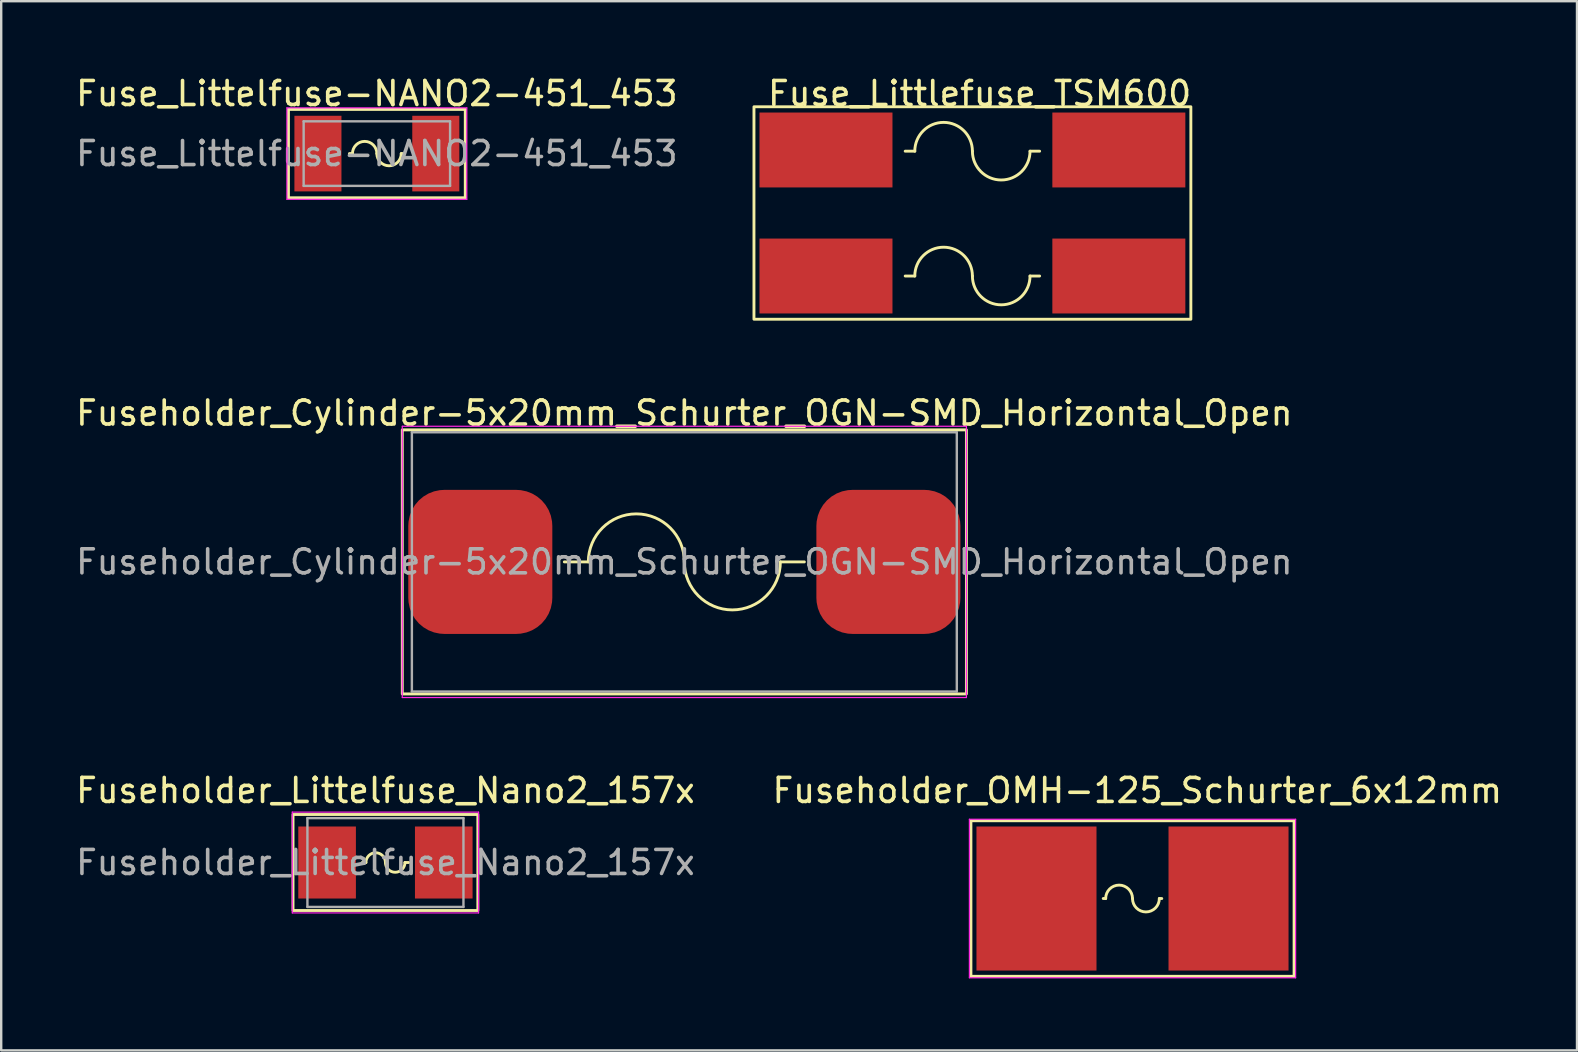
<source format=kicad_pcb>
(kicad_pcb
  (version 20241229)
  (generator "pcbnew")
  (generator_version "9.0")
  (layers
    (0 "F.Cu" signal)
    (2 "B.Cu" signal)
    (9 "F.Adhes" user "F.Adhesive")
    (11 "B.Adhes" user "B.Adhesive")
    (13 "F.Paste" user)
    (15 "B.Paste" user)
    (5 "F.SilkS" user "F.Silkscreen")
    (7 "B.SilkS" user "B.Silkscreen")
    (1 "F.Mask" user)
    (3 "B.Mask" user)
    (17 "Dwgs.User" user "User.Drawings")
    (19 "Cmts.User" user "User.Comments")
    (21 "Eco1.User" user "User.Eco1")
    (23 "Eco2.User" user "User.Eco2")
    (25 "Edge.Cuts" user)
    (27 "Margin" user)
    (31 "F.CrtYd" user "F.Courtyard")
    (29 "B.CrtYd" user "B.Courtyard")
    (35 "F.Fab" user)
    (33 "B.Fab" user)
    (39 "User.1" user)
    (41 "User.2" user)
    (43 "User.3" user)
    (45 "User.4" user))
  (footprint "Fuseholder_Cylinder-5x20mm_Schurter_OGN-SMD_Horizontal_Open"
    (layer "F.Cu")
    (at 25.458 20.357)
    (property "Reference" "Fuseholder_Cylinder-5x20mm_Schurter_OGN-SMD_Horizontal_Open" (at 0 -6.2 0) (layer "F.SilkS") (effects (font (size 1 1) (thickness 0.15))))
    (attr smd)
    (fp_line (start -5 0) (end -4 0) (stroke (width 0.12) (type solid)) (layer "F.SilkS"))
    (fp_line (start 5 0) (end 4 0) (stroke (width 0.12) (type solid)) (layer "F.SilkS"))
    (fp_rect (start -11.75 -5.5) (end 11.75 5.5) (stroke (width 0.12) (type solid)) (fill no) (layer "F.SilkS"))
    (fp_arc (start -4 0) (mid -2 -2) (end 0 0) (stroke (width 0.12) (type solid)) (layer "F.SilkS"))
    (fp_arc (start 4 0) (mid 2 2) (end 0 0) (stroke (width 0.12) (type solid)) (layer "F.SilkS"))
    (fp_line (start -11.75 -5.65) (end 11.75 -5.65) (stroke (width 0.05) (type solid)) (layer "F.CrtYd"))
    (fp_line (start -11.75 5.65) (end -11.75 -5.65) (stroke (width 0.05) (type solid)) (layer "F.CrtYd"))
    (fp_line (start 11.75 5.65) (end -11.75 5.65) (stroke (width 0.05) (type solid)) (layer "F.CrtYd"))
    (fp_line (start 11.75 5.65) (end 11.75 -5.65) (stroke (width 0.05) (type solid)) (layer "F.CrtYd"))
    (fp_line (start -11.35 -5.4) (end -11.35 5.4) (stroke (width 0.1) (type solid)) (layer "F.Fab"))
    (fp_line (start -11.35 -5.4) (end 11.35 -5.4) (stroke (width 0.1) (type solid)) (layer "F.Fab"))
    (fp_line (start 11.35 -5.4) (end 11.35 5.4) (stroke (width 0.1) (type solid)) (layer "F.Fab"))
    (fp_line (start 11.35 5.4) (end -11.35 5.4) (stroke (width 0.1) (type solid)) (layer "F.Fab"))
    (fp_text user "${REFERENCE}" (at 0 0 0) (layer "F.Fab") (effects (font (size 1 1) (thickness 0.15))))
    (pad "1" smd roundrect (at -8.5 0) (size 6 6) (layers "F.Cu" "F.Mask" "F.Paste") (roundrect_rratio 0.25))
    (pad "2" smd roundrect (at 8.5 0) (size 6 6) (layers "F.Cu" "F.Mask" "F.Paste") (roundrect_rratio 0.25)))
  (footprint "Fuseholder_OMH-125_Schurter_6x12mm"
    (layer "F.Cu")
    (at 44.127 34.38)
    (property "Reference" "Fuseholder_OMH-125_Schurter_6x12mm" (at 0.2 -4.5 0) (layer "F.SilkS") (effects (font (size 1 1) (thickness 0.15))))
    (fp_line (start -6.731 -3.239) (end 6.731 -3.239) (stroke (width 0.12) (type solid)) (layer "F.SilkS"))
    (fp_line (start -6.731 3.239) (end -6.731 -3.239) (stroke (width 0.12) (type solid)) (layer "F.SilkS"))
    (fp_line (start -1.118 0) (end -1.219 0) (stroke (width 0.12) (type solid)) (layer "F.SilkS"))
    (fp_line (start 1.118 0) (end 1.219 0) (stroke (width 0.12) (type solid)) (layer "F.SilkS"))
    (fp_line (start 6.731 -3.239) (end 6.731 3.239) (stroke (width 0.12) (type solid)) (layer "F.SilkS"))
    (fp_line (start 6.731 3.239) (end -6.731 3.239) (stroke (width 0.12) (type solid)) (layer "F.SilkS"))
    (fp_arc (start -1.1176 0) (mid -0.5588 -0.5588) (end 0 0) (stroke (width 0.12) (type solid)) (layer "F.SilkS"))
    (fp_arc (start 1.1176 0) (mid 0.5588 0.5588) (end 0 0) (stroke (width 0.12) (type solid)) (layer "F.SilkS"))
    (fp_line (start -6.795 -3.302) (end 6.795 -3.302) (stroke (width 0.05) (type solid)) (layer "F.CrtYd"))
    (fp_line (start -6.795 3.302) (end -6.795 -3.302) (stroke (width 0.05) (type solid)) (layer "F.CrtYd"))
    (fp_line (start 6.795 -3.302) (end 6.795 3.302) (stroke (width 0.05) (type solid)) (layer "F.CrtYd"))
    (fp_line (start 6.795 3.302) (end -6.795 3.302) (stroke (width 0.05) (type solid)) (layer "F.CrtYd"))
    (pad "1" smd rect (at -4 0) (size 5 6) (layers "F.Cu" "F.Mask" "F.Paste"))
    (pad "2" smd rect (at 4 0) (size 5 6) (layers "F.Cu" "F.Mask" "F.Paste")))
  (footprint "Fuse_Littlefuse_TSM600"
    (layer "F.Cu")
    (at 37.458 5.848)
    (property "Reference" "Fuse_Littlefuse_TSM600" (at 0.3 -5 0) (layer "F.SilkS") (effects (font (size 1 1) (thickness 0.15))))
    (fp_line (start -2.4 -2.6) (end -2.8 -2.6) (stroke (width 0.12) (type solid)) (layer "F.SilkS"))
    (fp_line (start -2.4 2.6) (end -2.8 2.6) (stroke (width 0.12) (type solid)) (layer "F.SilkS"))
    (fp_line (start 2.4 -2.6) (end 2.8 -2.6) (stroke (width 0.12) (type solid)) (layer "F.SilkS"))
    (fp_line (start 2.4 2.6) (end 2.8 2.6) (stroke (width 0.12) (type solid)) (layer "F.SilkS"))
    (fp_rect (start -9.1 -4.45) (end 9.1 4.4) (stroke (width 0.12) (type solid)) (fill no) (layer "F.SilkS"))
    (fp_arc (start -2.4 -2.6) (mid -1.2 -3.8) (end 0 -2.6) (stroke (width 0.12) (type solid)) (layer "F.SilkS"))
    (fp_arc (start -2.4 2.6) (mid -1.2 1.4) (end 0 2.6) (stroke (width 0.12) (type solid)) (layer "F.SilkS"))
    (fp_arc (start 2.4 -2.6) (mid 1.2 -1.4) (end 0 -2.6) (stroke (width 0.12) (type solid)) (layer "F.SilkS"))
    (fp_arc (start 2.4 2.6) (mid 1.2 3.8) (end 0 2.6) (stroke (width 0.12) (type solid)) (layer "F.SilkS"))
    (pad "1" smd rect (at -6.1 -2.65) (size 5.54 3.12) (layers "F.Cu" "F.Mask" "F.Paste"))
    (pad "2" smd rect (at -6.1 2.6) (size 5.54 3.12) (layers "F.Cu" "F.Mask" "F.Paste"))
    (pad "3" smd rect (at 6.1 2.6) (size 5.54 3.12) (layers "F.Cu" "F.Mask" "F.Paste"))
    (pad "4" smd rect (at 6.1 -2.65) (size 5.54 3.12) (layers "F.Cu" "F.Mask" "F.Paste")))
  (footprint "Fuse_Littelfuse-NANO2-451_453"
    (layer "F.Cu")
    (at 12.649 3.348)
    (property "Reference" "Fuse_Littelfuse-NANO2-451_453" (at 0 -2.5 0) (unlocked yes) (layer "F.SilkS") (effects (font (size 1 1) (thickness 0.15))))
    (attr smd)
    (fp_line (start -3.683 -1.841) (end 3.683 -1.841) (stroke (width 0.12) (type solid)) (layer "F.SilkS"))
    (fp_line (start -3.683 1.841) (end -3.683 -1.841) (stroke (width 0.12) (type solid)) (layer "F.SilkS"))
    (fp_line (start -1.016 0) (end -1.143 0) (stroke (width 0.12) (type solid)) (layer "F.SilkS"))
    (fp_line (start 1.143 0) (end 1.016 0) (stroke (width 0.12) (type solid)) (layer "F.SilkS"))
    (fp_line (start 3.683 -1.841) (end 3.683 1.841) (stroke (width 0.12) (type solid)) (layer "F.SilkS"))
    (fp_line (start 3.683 1.841) (end -3.683 1.841) (stroke (width 0.12) (type solid)) (layer "F.SilkS"))
    (fp_arc (start -1.016 0) (mid -0.508 -0.508) (end 0 0) (stroke (width 0.12) (type solid)) (layer "F.SilkS"))
    (fp_arc (start 1.016 0) (mid 0.508 0.508) (end 0 0) (stroke (width 0.12) (type solid)) (layer "F.SilkS"))
    (fp_line (start -3.747 -1.905) (end 3.747 -1.905) (stroke (width 0.05) (type solid)) (layer "F.CrtYd"))
    (fp_line (start -3.747 1.905) (end -3.747 -1.905) (stroke (width 0.05) (type solid)) (layer "F.CrtYd"))
    (fp_line (start 3.747 -1.905) (end 3.747 1.905) (stroke (width 0.05) (type solid)) (layer "F.CrtYd"))
    (fp_line (start 3.747 1.905) (end -3.747 1.905) (stroke (width 0.05) (type solid)) (layer "F.CrtYd"))
    (fp_line (start -3.05 -1.345) (end -3.05 1.345) (stroke (width 0.1) (type solid)) (layer "F.Fab"))
    (fp_line (start -3.05 -1.345) (end 3.05 -1.345) (stroke (width 0.1) (type solid)) (layer "F.Fab"))
    (fp_line (start -3.05 1.345) (end 3.05 1.345) (stroke (width 0.1) (type solid)) (layer "F.Fab"))
    (fp_line (start 3.05 1.345) (end 3.05 -1.345) (stroke (width 0.1) (type solid)) (layer "F.Fab"))
    (fp_text user "${REFERENCE}" (at 0 0 0) (layer "F.Fab") (effects (font (size 1 1) (thickness 0.15))))
    (pad "1" smd rect (at -2.455 0) (size 1.96 3.15) (layers "F.Cu" "F.Mask" "F.Paste"))
    (pad "2" smd rect (at 2.455 0) (size 1.96 3.15) (layers "F.Cu" "F.Mask" "F.Paste")))
  (footprint "Fuseholder_Littelfuse_Nano2_157x"
    (layer "F.Cu")
    (at 13.006 32.88)
    (property "Reference" "Fuseholder_Littelfuse_Nano2_157x" (at 0 -3 0) (layer "F.SilkS") (effects (font (size 1 1) (thickness 0.15))))
    (attr smd)
    (fp_line (start -0.813 0) (end -0.965 0) (stroke (width 0.12) (type solid)) (layer "F.SilkS"))
    (fp_line (start 0.813 0) (end 0.965 0) (stroke (width 0.12) (type solid)) (layer "F.SilkS"))
    (fp_rect (start -3.85 -2) (end 3.85 2) (stroke (width 0.12) (type solid)) (fill no) (layer "F.SilkS"))
    (fp_arc (start -0.8128 0) (mid -0.4064 -0.4064) (end 0 0) (stroke (width 0.12) (type solid)) (layer "F.SilkS"))
    (fp_arc (start 0.8128 0) (mid 0.4064 0.4064) (end 0 0) (stroke (width 0.12) (type solid)) (layer "F.SilkS"))
    (fp_line (start -3.88 -2.1) (end -3.88 2.1) (stroke (width 0.05) (type solid)) (layer "F.CrtYd"))
    (fp_line (start -3.88 -2.1) (end 3.88 -2.1) (stroke (width 0.05) (type solid)) (layer "F.CrtYd"))
    (fp_line (start -3.88 2.1) (end 3.88 2.1) (stroke (width 0.05) (type solid)) (layer "F.CrtYd"))
    (fp_line (start 3.88 -2.1) (end 3.88 2.1) (stroke (width 0.05) (type solid)) (layer "F.CrtYd"))
    (fp_line (start -3.25 -1.85) (end -3.25 1.85) (stroke (width 0.1) (type solid)) (layer "F.Fab"))
    (fp_line (start -3.25 -1.85) (end 3.25 -1.85) (stroke (width 0.1) (type solid)) (layer "F.Fab"))
    (fp_line (start -3.25 1.85) (end 3.25 1.85) (stroke (width 0.1) (type solid)) (layer "F.Fab"))
    (fp_line (start 3.25 -1.85) (end 3.25 1.85) (stroke (width 0.1) (type solid)) (layer "F.Fab"))
    (fp_text user "${REFERENCE}" (at 0 0 0) (layer "F.Fab") (effects (font (size 1 1) (thickness 0.15))))
    (pad "1" smd rect (at -2.43 0) (size 2.4 3) (layers "F.Cu" "F.Mask" "F.Paste"))
    (pad "2" smd rect (at 2.43 0) (size 2.4 3) (layers "F.Cu" "F.Mask" "F.Paste")))
  (gr_rect
    (start -3 -3)
    (end 62.643 40.707)
    (stroke (width 0.1) (type default))
    (fill no)
    (layer "Edge.Cuts")))
</source>
